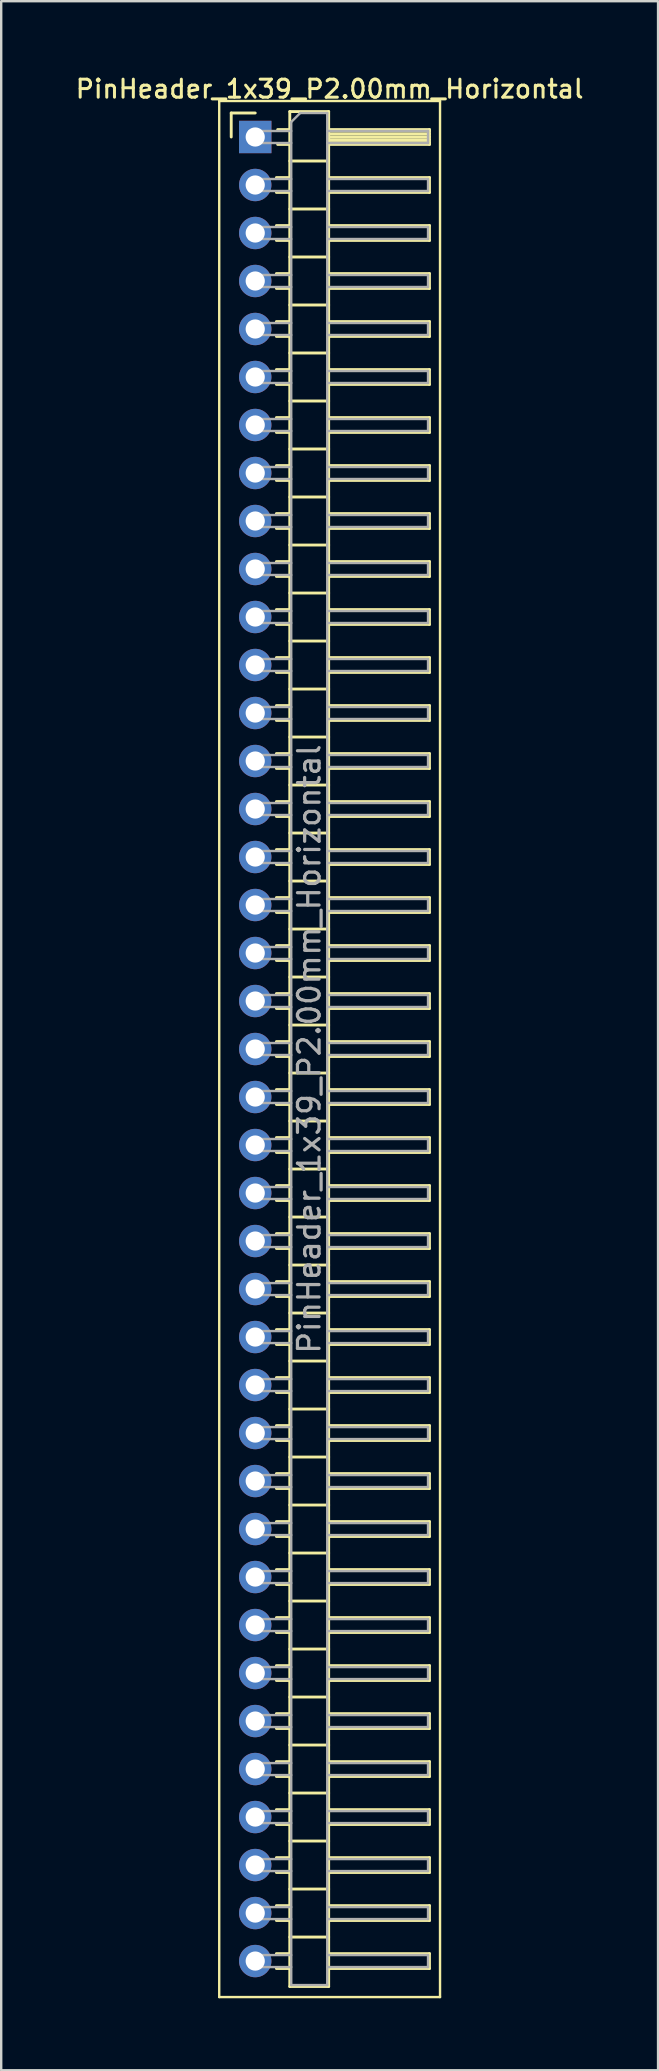
<source format=kicad_pcb>
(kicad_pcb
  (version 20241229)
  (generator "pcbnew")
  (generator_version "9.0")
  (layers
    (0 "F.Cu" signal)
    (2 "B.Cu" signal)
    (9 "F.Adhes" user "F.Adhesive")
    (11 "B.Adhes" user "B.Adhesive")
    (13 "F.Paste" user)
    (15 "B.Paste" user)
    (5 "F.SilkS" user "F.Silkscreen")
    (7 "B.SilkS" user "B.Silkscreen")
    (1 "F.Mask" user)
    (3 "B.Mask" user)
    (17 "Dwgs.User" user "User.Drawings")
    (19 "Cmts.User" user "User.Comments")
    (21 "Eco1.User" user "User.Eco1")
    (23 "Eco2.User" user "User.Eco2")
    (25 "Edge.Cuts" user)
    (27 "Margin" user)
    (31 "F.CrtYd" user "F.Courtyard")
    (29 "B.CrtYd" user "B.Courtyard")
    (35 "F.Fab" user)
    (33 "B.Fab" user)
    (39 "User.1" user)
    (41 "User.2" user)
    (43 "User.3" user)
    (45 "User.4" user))
  (footprint "PinHeader_1x39_P2.00mm_Horizontal"
    (layer "F.Cu")
    (at 7.584 2.658)
    (property "Reference" "PinHeader_1x39_P2.00mm_Horizontal" (at 3.1 -2 0) (layer "F.SilkS") (effects (font (size 0.75 0.75) (thickness 0.125))))
    (attr through_hole)
    (fp_line (start -1.5 -1.5) (end -1.5 77.5) (stroke (width 0.1) (type solid)) (layer "F.SilkS"))
    (fp_line (start -1.5 77.5) (end 7.7 77.5) (stroke (width 0.1) (type solid)) (layer "F.SilkS"))
    (fp_line (start -1 -1) (end 0 -1) (stroke (width 0.12) (type solid)) (layer "F.SilkS"))
    (fp_line (start -1 0) (end -1 -1) (stroke (width 0.12) (type solid)) (layer "F.SilkS"))
    (fp_line (start 0.882 1.69) (end 1.44 1.69) (stroke (width 0.12) (type solid)) (layer "F.SilkS"))
    (fp_line (start 0.882 2.31) (end 1.44 2.31) (stroke (width 0.12) (type solid)) (layer "F.SilkS"))
    (fp_line (start 0.882 3.69) (end 1.44 3.69) (stroke (width 0.12) (type solid)) (layer "F.SilkS"))
    (fp_line (start 0.882 4.31) (end 1.44 4.31) (stroke (width 0.12) (type solid)) (layer "F.SilkS"))
    (fp_line (start 0.882 5.69) (end 1.44 5.69) (stroke (width 0.12) (type solid)) (layer "F.SilkS"))
    (fp_line (start 0.882 6.31) (end 1.44 6.31) (stroke (width 0.12) (type solid)) (layer "F.SilkS"))
    (fp_line (start 0.882 7.69) (end 1.44 7.69) (stroke (width 0.12) (type solid)) (layer "F.SilkS"))
    (fp_line (start 0.882 8.31) (end 1.44 8.31) (stroke (width 0.12) (type solid)) (layer "F.SilkS"))
    (fp_line (start 0.882 9.69) (end 1.44 9.69) (stroke (width 0.12) (type solid)) (layer "F.SilkS"))
    (fp_line (start 0.882 10.31) (end 1.44 10.31) (stroke (width 0.12) (type solid)) (layer "F.SilkS"))
    (fp_line (start 0.882 11.69) (end 1.44 11.69) (stroke (width 0.12) (type solid)) (layer "F.SilkS"))
    (fp_line (start 0.882 12.31) (end 1.44 12.31) (stroke (width 0.12) (type solid)) (layer "F.SilkS"))
    (fp_line (start 0.882 13.69) (end 1.44 13.69) (stroke (width 0.12) (type solid)) (layer "F.SilkS"))
    (fp_line (start 0.882 14.31) (end 1.44 14.31) (stroke (width 0.12) (type solid)) (layer "F.SilkS"))
    (fp_line (start 0.882 15.69) (end 1.44 15.69) (stroke (width 0.12) (type solid)) (layer "F.SilkS"))
    (fp_line (start 0.882 16.31) (end 1.44 16.31) (stroke (width 0.12) (type solid)) (layer "F.SilkS"))
    (fp_line (start 0.882 17.69) (end 1.44 17.69) (stroke (width 0.12) (type solid)) (layer "F.SilkS"))
    (fp_line (start 0.882 18.31) (end 1.44 18.31) (stroke (width 0.12) (type solid)) (layer "F.SilkS"))
    (fp_line (start 0.882 19.69) (end 1.44 19.69) (stroke (width 0.12) (type solid)) (layer "F.SilkS"))
    (fp_line (start 0.882 20.31) (end 1.44 20.31) (stroke (width 0.12) (type solid)) (layer "F.SilkS"))
    (fp_line (start 0.882 21.69) (end 1.44 21.69) (stroke (width 0.12) (type solid)) (layer "F.SilkS"))
    (fp_line (start 0.882 22.31) (end 1.44 22.31) (stroke (width 0.12) (type solid)) (layer "F.SilkS"))
    (fp_line (start 0.882 23.69) (end 1.44 23.69) (stroke (width 0.12) (type solid)) (layer "F.SilkS"))
    (fp_line (start 0.882 24.31) (end 1.44 24.31) (stroke (width 0.12) (type solid)) (layer "F.SilkS"))
    (fp_line (start 0.882 25.69) (end 1.44 25.69) (stroke (width 0.12) (type solid)) (layer "F.SilkS"))
    (fp_line (start 0.882 26.31) (end 1.44 26.31) (stroke (width 0.12) (type solid)) (layer "F.SilkS"))
    (fp_line (start 0.882 27.69) (end 1.44 27.69) (stroke (width 0.12) (type solid)) (layer "F.SilkS"))
    (fp_line (start 0.882 28.31) (end 1.44 28.31) (stroke (width 0.12) (type solid)) (layer "F.SilkS"))
    (fp_line (start 0.882 29.69) (end 1.44 29.69) (stroke (width 0.12) (type solid)) (layer "F.SilkS"))
    (fp_line (start 0.882 30.31) (end 1.44 30.31) (stroke (width 0.12) (type solid)) (layer "F.SilkS"))
    (fp_line (start 0.882 31.69) (end 1.44 31.69) (stroke (width 0.12) (type solid)) (layer "F.SilkS"))
    (fp_line (start 0.882 32.31) (end 1.44 32.31) (stroke (width 0.12) (type solid)) (layer "F.SilkS"))
    (fp_line (start 0.882 33.69) (end 1.44 33.69) (stroke (width 0.12) (type solid)) (layer "F.SilkS"))
    (fp_line (start 0.882 34.31) (end 1.44 34.31) (stroke (width 0.12) (type solid)) (layer "F.SilkS"))
    (fp_line (start 0.882 35.69) (end 1.44 35.69) (stroke (width 0.12) (type solid)) (layer "F.SilkS"))
    (fp_line (start 0.882 36.31) (end 1.44 36.31) (stroke (width 0.12) (type solid)) (layer "F.SilkS"))
    (fp_line (start 0.882 37.69) (end 1.44 37.69) (stroke (width 0.12) (type solid)) (layer "F.SilkS"))
    (fp_line (start 0.882 38.31) (end 1.44 38.31) (stroke (width 0.12) (type solid)) (layer "F.SilkS"))
    (fp_line (start 0.882 39.69) (end 1.44 39.69) (stroke (width 0.12) (type solid)) (layer "F.SilkS"))
    (fp_line (start 0.882 40.31) (end 1.44 40.31) (stroke (width 0.12) (type solid)) (layer "F.SilkS"))
    (fp_line (start 0.882 41.69) (end 1.44 41.69) (stroke (width 0.12) (type solid)) (layer "F.SilkS"))
    (fp_line (start 0.882 42.31) (end 1.44 42.31) (stroke (width 0.12) (type solid)) (layer "F.SilkS"))
    (fp_line (start 0.882 43.69) (end 1.44 43.69) (stroke (width 0.12) (type solid)) (layer "F.SilkS"))
    (fp_line (start 0.882 44.31) (end 1.44 44.31) (stroke (width 0.12) (type solid)) (layer "F.SilkS"))
    (fp_line (start 0.882 45.69) (end 1.44 45.69) (stroke (width 0.12) (type solid)) (layer "F.SilkS"))
    (fp_line (start 0.882 46.31) (end 1.44 46.31) (stroke (width 0.12) (type solid)) (layer "F.SilkS"))
    (fp_line (start 0.882 47.69) (end 1.44 47.69) (stroke (width 0.12) (type solid)) (layer "F.SilkS"))
    (fp_line (start 0.882 48.31) (end 1.44 48.31) (stroke (width 0.12) (type solid)) (layer "F.SilkS"))
    (fp_line (start 0.882 49.69) (end 1.44 49.69) (stroke (width 0.12) (type solid)) (layer "F.SilkS"))
    (fp_line (start 0.882 50.31) (end 1.44 50.31) (stroke (width 0.12) (type solid)) (layer "F.SilkS"))
    (fp_line (start 0.882 51.69) (end 1.44 51.69) (stroke (width 0.12) (type solid)) (layer "F.SilkS"))
    (fp_line (start 0.882 52.31) (end 1.44 52.31) (stroke (width 0.12) (type solid)) (layer "F.SilkS"))
    (fp_line (start 0.882 53.69) (end 1.44 53.69) (stroke (width 0.12) (type solid)) (layer "F.SilkS"))
    (fp_line (start 0.882 54.31) (end 1.44 54.31) (stroke (width 0.12) (type solid)) (layer "F.SilkS"))
    (fp_line (start 0.882 55.69) (end 1.44 55.69) (stroke (width 0.12) (type solid)) (layer "F.SilkS"))
    (fp_line (start 0.882 56.31) (end 1.44 56.31) (stroke (width 0.12) (type solid)) (layer "F.SilkS"))
    (fp_line (start 0.882 57.69) (end 1.44 57.69) (stroke (width 0.12) (type solid)) (layer "F.SilkS"))
    (fp_line (start 0.882 58.31) (end 1.44 58.31) (stroke (width 0.12) (type solid)) (layer "F.SilkS"))
    (fp_line (start 0.882 59.69) (end 1.44 59.69) (stroke (width 0.12) (type solid)) (layer "F.SilkS"))
    (fp_line (start 0.882 60.31) (end 1.44 60.31) (stroke (width 0.12) (type solid)) (layer "F.SilkS"))
    (fp_line (start 0.882 61.69) (end 1.44 61.69) (stroke (width 0.12) (type solid)) (layer "F.SilkS"))
    (fp_line (start 0.882 62.31) (end 1.44 62.31) (stroke (width 0.12) (type solid)) (layer "F.SilkS"))
    (fp_line (start 0.882 63.69) (end 1.44 63.69) (stroke (width 0.12) (type solid)) (layer "F.SilkS"))
    (fp_line (start 0.882 64.31) (end 1.44 64.31) (stroke (width 0.12) (type solid)) (layer "F.SilkS"))
    (fp_line (start 0.882 65.69) (end 1.44 65.69) (stroke (width 0.12) (type solid)) (layer "F.SilkS"))
    (fp_line (start 0.882 66.31) (end 1.44 66.31) (stroke (width 0.12) (type solid)) (layer "F.SilkS"))
    (fp_line (start 0.882 67.69) (end 1.44 67.69) (stroke (width 0.12) (type solid)) (layer "F.SilkS"))
    (fp_line (start 0.882 68.31) (end 1.44 68.31) (stroke (width 0.12) (type solid)) (layer "F.SilkS"))
    (fp_line (start 0.882 69.69) (end 1.44 69.69) (stroke (width 0.12) (type solid)) (layer "F.SilkS"))
    (fp_line (start 0.882 70.31) (end 1.44 70.31) (stroke (width 0.12) (type solid)) (layer "F.SilkS"))
    (fp_line (start 0.882 71.69) (end 1.44 71.69) (stroke (width 0.12) (type solid)) (layer "F.SilkS"))
    (fp_line (start 0.882 72.31) (end 1.44 72.31) (stroke (width 0.12) (type solid)) (layer "F.SilkS"))
    (fp_line (start 0.882 73.69) (end 1.44 73.69) (stroke (width 0.12) (type solid)) (layer "F.SilkS"))
    (fp_line (start 0.882 74.31) (end 1.44 74.31) (stroke (width 0.12) (type solid)) (layer "F.SilkS"))
    (fp_line (start 0.882 75.69) (end 1.44 75.69) (stroke (width 0.12) (type solid)) (layer "F.SilkS"))
    (fp_line (start 0.882 76.31) (end 1.44 76.31) (stroke (width 0.12) (type solid)) (layer "F.SilkS"))
    (fp_line (start 0.935 -0.31) (end 1.44 -0.31) (stroke (width 0.12) (type solid)) (layer "F.SilkS"))
    (fp_line (start 0.935 0.31) (end 1.44 0.31) (stroke (width 0.12) (type solid)) (layer "F.SilkS"))
    (fp_line (start 1.44 -1.06) (end 1.44 77.06) (stroke (width 0.12) (type solid)) (layer "F.SilkS"))
    (fp_line (start 1.44 1) (end 3.06 1) (stroke (width 0.12) (type solid)) (layer "F.SilkS"))
    (fp_line (start 1.44 3) (end 3.06 3) (stroke (width 0.12) (type solid)) (layer "F.SilkS"))
    (fp_line (start 1.44 5) (end 3.06 5) (stroke (width 0.12) (type solid)) (layer "F.SilkS"))
    (fp_line (start 1.44 7) (end 3.06 7) (stroke (width 0.12) (type solid)) (layer "F.SilkS"))
    (fp_line (start 1.44 9) (end 3.06 9) (stroke (width 0.12) (type solid)) (layer "F.SilkS"))
    (fp_line (start 1.44 11) (end 3.06 11) (stroke (width 0.12) (type solid)) (layer "F.SilkS"))
    (fp_line (start 1.44 13) (end 3.06 13) (stroke (width 0.12) (type solid)) (layer "F.SilkS"))
    (fp_line (start 1.44 15) (end 3.06 15) (stroke (width 0.12) (type solid)) (layer "F.SilkS"))
    (fp_line (start 1.44 17) (end 3.06 17) (stroke (width 0.12) (type solid)) (layer "F.SilkS"))
    (fp_line (start 1.44 19) (end 3.06 19) (stroke (width 0.12) (type solid)) (layer "F.SilkS"))
    (fp_line (start 1.44 21) (end 3.06 21) (stroke (width 0.12) (type solid)) (layer "F.SilkS"))
    (fp_line (start 1.44 23) (end 3.06 23) (stroke (width 0.12) (type solid)) (layer "F.SilkS"))
    (fp_line (start 1.44 25) (end 3.06 25) (stroke (width 0.12) (type solid)) (layer "F.SilkS"))
    (fp_line (start 1.44 27) (end 3.06 27) (stroke (width 0.12) (type solid)) (layer "F.SilkS"))
    (fp_line (start 1.44 29) (end 3.06 29) (stroke (width 0.12) (type solid)) (layer "F.SilkS"))
    (fp_line (start 1.44 31) (end 3.06 31) (stroke (width 0.12) (type solid)) (layer "F.SilkS"))
    (fp_line (start 1.44 33) (end 3.06 33) (stroke (width 0.12) (type solid)) (layer "F.SilkS"))
    (fp_line (start 1.44 35) (end 3.06 35) (stroke (width 0.12) (type solid)) (layer "F.SilkS"))
    (fp_line (start 1.44 37) (end 3.06 37) (stroke (width 0.12) (type solid)) (layer "F.SilkS"))
    (fp_line (start 1.44 39) (end 3.06 39) (stroke (width 0.12) (type solid)) (layer "F.SilkS"))
    (fp_line (start 1.44 41) (end 3.06 41) (stroke (width 0.12) (type solid)) (layer "F.SilkS"))
    (fp_line (start 1.44 43) (end 3.06 43) (stroke (width 0.12) (type solid)) (layer "F.SilkS"))
    (fp_line (start 1.44 45) (end 3.06 45) (stroke (width 0.12) (type solid)) (layer "F.SilkS"))
    (fp_line (start 1.44 47) (end 3.06 47) (stroke (width 0.12) (type solid)) (layer "F.SilkS"))
    (fp_line (start 1.44 49) (end 3.06 49) (stroke (width 0.12) (type solid)) (layer "F.SilkS"))
    (fp_line (start 1.44 51) (end 3.06 51) (stroke (width 0.12) (type solid)) (layer "F.SilkS"))
    (fp_line (start 1.44 53) (end 3.06 53) (stroke (width 0.12) (type solid)) (layer "F.SilkS"))
    (fp_line (start 1.44 55) (end 3.06 55) (stroke (width 0.12) (type solid)) (layer "F.SilkS"))
    (fp_line (start 1.44 57) (end 3.06 57) (stroke (width 0.12) (type solid)) (layer "F.SilkS"))
    (fp_line (start 1.44 59) (end 3.06 59) (stroke (width 0.12) (type solid)) (layer "F.SilkS"))
    (fp_line (start 1.44 61) (end 3.06 61) (stroke (width 0.12) (type solid)) (layer "F.SilkS"))
    (fp_line (start 1.44 63) (end 3.06 63) (stroke (width 0.12) (type solid)) (layer "F.SilkS"))
    (fp_line (start 1.44 65) (end 3.06 65) (stroke (width 0.12) (type solid)) (layer "F.SilkS"))
    (fp_line (start 1.44 67) (end 3.06 67) (stroke (width 0.12) (type solid)) (layer "F.SilkS"))
    (fp_line (start 1.44 69) (end 3.06 69) (stroke (width 0.12) (type solid)) (layer "F.SilkS"))
    (fp_line (start 1.44 71) (end 3.06 71) (stroke (width 0.12) (type solid)) (layer "F.SilkS"))
    (fp_line (start 1.44 73) (end 3.06 73) (stroke (width 0.12) (type solid)) (layer "F.SilkS"))
    (fp_line (start 1.44 75) (end 3.06 75) (stroke (width 0.12) (type solid)) (layer "F.SilkS"))
    (fp_line (start 1.44 77.06) (end 3.06 77.06) (stroke (width 0.12) (type solid)) (layer "F.SilkS"))
    (fp_line (start 3.06 -1.06) (end 1.44 -1.06) (stroke (width 0.12) (type solid)) (layer "F.SilkS"))
    (fp_line (start 3.06 -0.31) (end 7.26 -0.31) (stroke (width 0.12) (type solid)) (layer "F.SilkS"))
    (fp_line (start 3.06 -0.25) (end 7.26 -0.25) (stroke (width 0.12) (type solid)) (layer "F.SilkS"))
    (fp_line (start 3.06 -0.13) (end 7.26 -0.13) (stroke (width 0.12) (type solid)) (layer "F.SilkS"))
    (fp_line (start 3.06 -0.01) (end 7.26 -0.01) (stroke (width 0.12) (type solid)) (layer "F.SilkS"))
    (fp_line (start 3.06 0.11) (end 7.26 0.11) (stroke (width 0.12) (type solid)) (layer "F.SilkS"))
    (fp_line (start 3.06 0.23) (end 7.26 0.23) (stroke (width 0.12) (type solid)) (layer "F.SilkS"))
    (fp_line (start 3.06 1.69) (end 7.26 1.69) (stroke (width 0.12) (type solid)) (layer "F.SilkS"))
    (fp_line (start 3.06 3.69) (end 7.26 3.69) (stroke (width 0.12) (type solid)) (layer "F.SilkS"))
    (fp_line (start 3.06 5.69) (end 7.26 5.69) (stroke (width 0.12) (type solid)) (layer "F.SilkS"))
    (fp_line (start 3.06 7.69) (end 7.26 7.69) (stroke (width 0.12) (type solid)) (layer "F.SilkS"))
    (fp_line (start 3.06 9.69) (end 7.26 9.69) (stroke (width 0.12) (type solid)) (layer "F.SilkS"))
    (fp_line (start 3.06 11.69) (end 7.26 11.69) (stroke (width 0.12) (type solid)) (layer "F.SilkS"))
    (fp_line (start 3.06 13.69) (end 7.26 13.69) (stroke (width 0.12) (type solid)) (layer "F.SilkS"))
    (fp_line (start 3.06 15.69) (end 7.26 15.69) (stroke (width 0.12) (type solid)) (layer "F.SilkS"))
    (fp_line (start 3.06 17.69) (end 7.26 17.69) (stroke (width 0.12) (type solid)) (layer "F.SilkS"))
    (fp_line (start 3.06 19.69) (end 7.26 19.69) (stroke (width 0.12) (type solid)) (layer "F.SilkS"))
    (fp_line (start 3.06 21.69) (end 7.26 21.69) (stroke (width 0.12) (type solid)) (layer "F.SilkS"))
    (fp_line (start 3.06 23.69) (end 7.26 23.69) (stroke (width 0.12) (type solid)) (layer "F.SilkS"))
    (fp_line (start 3.06 25.69) (end 7.26 25.69) (stroke (width 0.12) (type solid)) (layer "F.SilkS"))
    (fp_line (start 3.06 27.69) (end 7.26 27.69) (stroke (width 0.12) (type solid)) (layer "F.SilkS"))
    (fp_line (start 3.06 29.69) (end 7.26 29.69) (stroke (width 0.12) (type solid)) (layer "F.SilkS"))
    (fp_line (start 3.06 31.69) (end 7.26 31.69) (stroke (width 0.12) (type solid)) (layer "F.SilkS"))
    (fp_line (start 3.06 33.69) (end 7.26 33.69) (stroke (width 0.12) (type solid)) (layer "F.SilkS"))
    (fp_line (start 3.06 35.69) (end 7.26 35.69) (stroke (width 0.12) (type solid)) (layer "F.SilkS"))
    (fp_line (start 3.06 37.69) (end 7.26 37.69) (stroke (width 0.12) (type solid)) (layer "F.SilkS"))
    (fp_line (start 3.06 39.69) (end 7.26 39.69) (stroke (width 0.12) (type solid)) (layer "F.SilkS"))
    (fp_line (start 3.06 41.69) (end 7.26 41.69) (stroke (width 0.12) (type solid)) (layer "F.SilkS"))
    (fp_line (start 3.06 43.69) (end 7.26 43.69) (stroke (width 0.12) (type solid)) (layer "F.SilkS"))
    (fp_line (start 3.06 45.69) (end 7.26 45.69) (stroke (width 0.12) (type solid)) (layer "F.SilkS"))
    (fp_line (start 3.06 47.69) (end 7.26 47.69) (stroke (width 0.12) (type solid)) (layer "F.SilkS"))
    (fp_line (start 3.06 49.69) (end 7.26 49.69) (stroke (width 0.12) (type solid)) (layer "F.SilkS"))
    (fp_line (start 3.06 51.69) (end 7.26 51.69) (stroke (width 0.12) (type solid)) (layer "F.SilkS"))
    (fp_line (start 3.06 53.69) (end 7.26 53.69) (stroke (width 0.12) (type solid)) (layer "F.SilkS"))
    (fp_line (start 3.06 55.69) (end 7.26 55.69) (stroke (width 0.12) (type solid)) (layer "F.SilkS"))
    (fp_line (start 3.06 57.69) (end 7.26 57.69) (stroke (width 0.12) (type solid)) (layer "F.SilkS"))
    (fp_line (start 3.06 59.69) (end 7.26 59.69) (stroke (width 0.12) (type solid)) (layer "F.SilkS"))
    (fp_line (start 3.06 61.69) (end 7.26 61.69) (stroke (width 0.12) (type solid)) (layer "F.SilkS"))
    (fp_line (start 3.06 63.69) (end 7.26 63.69) (stroke (width 0.12) (type solid)) (layer "F.SilkS"))
    (fp_line (start 3.06 65.69) (end 7.26 65.69) (stroke (width 0.12) (type solid)) (layer "F.SilkS"))
    (fp_line (start 3.06 67.69) (end 7.26 67.69) (stroke (width 0.12) (type solid)) (layer "F.SilkS"))
    (fp_line (start 3.06 69.69) (end 7.26 69.69) (stroke (width 0.12) (type solid)) (layer "F.SilkS"))
    (fp_line (start 3.06 71.69) (end 7.26 71.69) (stroke (width 0.12) (type solid)) (layer "F.SilkS"))
    (fp_line (start 3.06 73.69) (end 7.26 73.69) (stroke (width 0.12) (type solid)) (layer "F.SilkS"))
    (fp_line (start 3.06 75.69) (end 7.26 75.69) (stroke (width 0.12) (type solid)) (layer "F.SilkS"))
    (fp_line (start 3.06 77.06) (end 3.06 -1.06) (stroke (width 0.12) (type solid)) (layer "F.SilkS"))
    (fp_line (start 7.26 -0.31) (end 7.26 0.31) (stroke (width 0.12) (type solid)) (layer "F.SilkS"))
    (fp_line (start 7.26 0.31) (end 3.06 0.31) (stroke (width 0.12) (type solid)) (layer "F.SilkS"))
    (fp_line (start 7.26 1.69) (end 7.26 2.31) (stroke (width 0.12) (type solid)) (layer "F.SilkS"))
    (fp_line (start 7.26 2.31) (end 3.06 2.31) (stroke (width 0.12) (type solid)) (layer "F.SilkS"))
    (fp_line (start 7.26 3.69) (end 7.26 4.31) (stroke (width 0.12) (type solid)) (layer "F.SilkS"))
    (fp_line (start 7.26 4.31) (end 3.06 4.31) (stroke (width 0.12) (type solid)) (layer "F.SilkS"))
    (fp_line (start 7.26 5.69) (end 7.26 6.31) (stroke (width 0.12) (type solid)) (layer "F.SilkS"))
    (fp_line (start 7.26 6.31) (end 3.06 6.31) (stroke (width 0.12) (type solid)) (layer "F.SilkS"))
    (fp_line (start 7.26 7.69) (end 7.26 8.31) (stroke (width 0.12) (type solid)) (layer "F.SilkS"))
    (fp_line (start 7.26 8.31) (end 3.06 8.31) (stroke (width 0.12) (type solid)) (layer "F.SilkS"))
    (fp_line (start 7.26 9.69) (end 7.26 10.31) (stroke (width 0.12) (type solid)) (layer "F.SilkS"))
    (fp_line (start 7.26 10.31) (end 3.06 10.31) (stroke (width 0.12) (type solid)) (layer "F.SilkS"))
    (fp_line (start 7.26 11.69) (end 7.26 12.31) (stroke (width 0.12) (type solid)) (layer "F.SilkS"))
    (fp_line (start 7.26 12.31) (end 3.06 12.31) (stroke (width 0.12) (type solid)) (layer "F.SilkS"))
    (fp_line (start 7.26 13.69) (end 7.26 14.31) (stroke (width 0.12) (type solid)) (layer "F.SilkS"))
    (fp_line (start 7.26 14.31) (end 3.06 14.31) (stroke (width 0.12) (type solid)) (layer "F.SilkS"))
    (fp_line (start 7.26 15.69) (end 7.26 16.31) (stroke (width 0.12) (type solid)) (layer "F.SilkS"))
    (fp_line (start 7.26 16.31) (end 3.06 16.31) (stroke (width 0.12) (type solid)) (layer "F.SilkS"))
    (fp_line (start 7.26 17.69) (end 7.26 18.31) (stroke (width 0.12) (type solid)) (layer "F.SilkS"))
    (fp_line (start 7.26 18.31) (end 3.06 18.31) (stroke (width 0.12) (type solid)) (layer "F.SilkS"))
    (fp_line (start 7.26 19.69) (end 7.26 20.31) (stroke (width 0.12) (type solid)) (layer "F.SilkS"))
    (fp_line (start 7.26 20.31) (end 3.06 20.31) (stroke (width 0.12) (type solid)) (layer "F.SilkS"))
    (fp_line (start 7.26 21.69) (end 7.26 22.31) (stroke (width 0.12) (type solid)) (layer "F.SilkS"))
    (fp_line (start 7.26 22.31) (end 3.06 22.31) (stroke (width 0.12) (type solid)) (layer "F.SilkS"))
    (fp_line (start 7.26 23.69) (end 7.26 24.31) (stroke (width 0.12) (type solid)) (layer "F.SilkS"))
    (fp_line (start 7.26 24.31) (end 3.06 24.31) (stroke (width 0.12) (type solid)) (layer "F.SilkS"))
    (fp_line (start 7.26 25.69) (end 7.26 26.31) (stroke (width 0.12) (type solid)) (layer "F.SilkS"))
    (fp_line (start 7.26 26.31) (end 3.06 26.31) (stroke (width 0.12) (type solid)) (layer "F.SilkS"))
    (fp_line (start 7.26 27.69) (end 7.26 28.31) (stroke (width 0.12) (type solid)) (layer "F.SilkS"))
    (fp_line (start 7.26 28.31) (end 3.06 28.31) (stroke (width 0.12) (type solid)) (layer "F.SilkS"))
    (fp_line (start 7.26 29.69) (end 7.26 30.31) (stroke (width 0.12) (type solid)) (layer "F.SilkS"))
    (fp_line (start 7.26 30.31) (end 3.06 30.31) (stroke (width 0.12) (type solid)) (layer "F.SilkS"))
    (fp_line (start 7.26 31.69) (end 7.26 32.31) (stroke (width 0.12) (type solid)) (layer "F.SilkS"))
    (fp_line (start 7.26 32.31) (end 3.06 32.31) (stroke (width 0.12) (type solid)) (layer "F.SilkS"))
    (fp_line (start 7.26 33.69) (end 7.26 34.31) (stroke (width 0.12) (type solid)) (layer "F.SilkS"))
    (fp_line (start 7.26 34.31) (end 3.06 34.31) (stroke (width 0.12) (type solid)) (layer "F.SilkS"))
    (fp_line (start 7.26 35.69) (end 7.26 36.31) (stroke (width 0.12) (type solid)) (layer "F.SilkS"))
    (fp_line (start 7.26 36.31) (end 3.06 36.31) (stroke (width 0.12) (type solid)) (layer "F.SilkS"))
    (fp_line (start 7.26 37.69) (end 7.26 38.31) (stroke (width 0.12) (type solid)) (layer "F.SilkS"))
    (fp_line (start 7.26 38.31) (end 3.06 38.31) (stroke (width 0.12) (type solid)) (layer "F.SilkS"))
    (fp_line (start 7.26 39.69) (end 7.26 40.31) (stroke (width 0.12) (type solid)) (layer "F.SilkS"))
    (fp_line (start 7.26 40.31) (end 3.06 40.31) (stroke (width 0.12) (type solid)) (layer "F.SilkS"))
    (fp_line (start 7.26 41.69) (end 7.26 42.31) (stroke (width 0.12) (type solid)) (layer "F.SilkS"))
    (fp_line (start 7.26 42.31) (end 3.06 42.31) (stroke (width 0.12) (type solid)) (layer "F.SilkS"))
    (fp_line (start 7.26 43.69) (end 7.26 44.31) (stroke (width 0.12) (type solid)) (layer "F.SilkS"))
    (fp_line (start 7.26 44.31) (end 3.06 44.31) (stroke (width 0.12) (type solid)) (layer "F.SilkS"))
    (fp_line (start 7.26 45.69) (end 7.26 46.31) (stroke (width 0.12) (type solid)) (layer "F.SilkS"))
    (fp_line (start 7.26 46.31) (end 3.06 46.31) (stroke (width 0.12) (type solid)) (layer "F.SilkS"))
    (fp_line (start 7.26 47.69) (end 7.26 48.31) (stroke (width 0.12) (type solid)) (layer "F.SilkS"))
    (fp_line (start 7.26 48.31) (end 3.06 48.31) (stroke (width 0.12) (type solid)) (layer "F.SilkS"))
    (fp_line (start 7.26 49.69) (end 7.26 50.31) (stroke (width 0.12) (type solid)) (layer "F.SilkS"))
    (fp_line (start 7.26 50.31) (end 3.06 50.31) (stroke (width 0.12) (type solid)) (layer "F.SilkS"))
    (fp_line (start 7.26 51.69) (end 7.26 52.31) (stroke (width 0.12) (type solid)) (layer "F.SilkS"))
    (fp_line (start 7.26 52.31) (end 3.06 52.31) (stroke (width 0.12) (type solid)) (layer "F.SilkS"))
    (fp_line (start 7.26 53.69) (end 7.26 54.31) (stroke (width 0.12) (type solid)) (layer "F.SilkS"))
    (fp_line (start 7.26 54.31) (end 3.06 54.31) (stroke (width 0.12) (type solid)) (layer "F.SilkS"))
    (fp_line (start 7.26 55.69) (end 7.26 56.31) (stroke (width 0.12) (type solid)) (layer "F.SilkS"))
    (fp_line (start 7.26 56.31) (end 3.06 56.31) (stroke (width 0.12) (type solid)) (layer "F.SilkS"))
    (fp_line (start 7.26 57.69) (end 7.26 58.31) (stroke (width 0.12) (type solid)) (layer "F.SilkS"))
    (fp_line (start 7.26 58.31) (end 3.06 58.31) (stroke (width 0.12) (type solid)) (layer "F.SilkS"))
    (fp_line (start 7.26 59.69) (end 7.26 60.31) (stroke (width 0.12) (type solid)) (layer "F.SilkS"))
    (fp_line (start 7.26 60.31) (end 3.06 60.31) (stroke (width 0.12) (type solid)) (layer "F.SilkS"))
    (fp_line (start 7.26 61.69) (end 7.26 62.31) (stroke (width 0.12) (type solid)) (layer "F.SilkS"))
    (fp_line (start 7.26 62.31) (end 3.06 62.31) (stroke (width 0.12) (type solid)) (layer "F.SilkS"))
    (fp_line (start 7.26 63.69) (end 7.26 64.31) (stroke (width 0.12) (type solid)) (layer "F.SilkS"))
    (fp_line (start 7.26 64.31) (end 3.06 64.31) (stroke (width 0.12) (type solid)) (layer "F.SilkS"))
    (fp_line (start 7.26 65.69) (end 7.26 66.31) (stroke (width 0.12) (type solid)) (layer "F.SilkS"))
    (fp_line (start 7.26 66.31) (end 3.06 66.31) (stroke (width 0.12) (type solid)) (layer "F.SilkS"))
    (fp_line (start 7.26 67.69) (end 7.26 68.31) (stroke (width 0.12) (type solid)) (layer "F.SilkS"))
    (fp_line (start 7.26 68.31) (end 3.06 68.31) (stroke (width 0.12) (type solid)) (layer "F.SilkS"))
    (fp_line (start 7.26 69.69) (end 7.26 70.31) (stroke (width 0.12) (type solid)) (layer "F.SilkS"))
    (fp_line (start 7.26 70.31) (end 3.06 70.31) (stroke (width 0.12) (type solid)) (layer "F.SilkS"))
    (fp_line (start 7.26 71.69) (end 7.26 72.31) (stroke (width 0.12) (type solid)) (layer "F.SilkS"))
    (fp_line (start 7.26 72.31) (end 3.06 72.31) (stroke (width 0.12) (type solid)) (layer "F.SilkS"))
    (fp_line (start 7.26 73.69) (end 7.26 74.31) (stroke (width 0.12) (type solid)) (layer "F.SilkS"))
    (fp_line (start 7.26 74.31) (end 3.06 74.31) (stroke (width 0.12) (type solid)) (layer "F.SilkS"))
    (fp_line (start 7.26 75.69) (end 7.26 76.31) (stroke (width 0.12) (type solid)) (layer "F.SilkS"))
    (fp_line (start 7.26 76.31) (end 3.06 76.31) (stroke (width 0.12) (type solid)) (layer "F.SilkS"))
    (fp_line (start 7.7 -1.5) (end -1.5 -1.5) (stroke (width 0.1) (type solid)) (layer "F.SilkS"))
    (fp_line (start 7.7 77.5) (end 7.7 -1.5) (stroke (width 0.1) (type solid)) (layer "F.SilkS"))
    (fp_line (start -0.25 -0.25) (end -0.25 0.25) (stroke (width 0.1) (type solid)) (layer "F.Fab"))
    (fp_line (start -0.25 -0.25) (end 1.5 -0.25) (stroke (width 0.1) (type solid)) (layer "F.Fab"))
    (fp_line (start -0.25 0.25) (end 1.5 0.25) (stroke (width 0.1) (type solid)) (layer "F.Fab"))
    (fp_line (start -0.25 1.75) (end -0.25 2.25) (stroke (width 0.1) (type solid)) (layer "F.Fab"))
    (fp_line (start -0.25 1.75) (end 1.5 1.75) (stroke (width 0.1) (type solid)) (layer "F.Fab"))
    (fp_line (start -0.25 2.25) (end 1.5 2.25) (stroke (width 0.1) (type solid)) (layer "F.Fab"))
    (fp_line (start -0.25 3.75) (end -0.25 4.25) (stroke (width 0.1) (type solid)) (layer "F.Fab"))
    (fp_line (start -0.25 3.75) (end 1.5 3.75) (stroke (width 0.1) (type solid)) (layer "F.Fab"))
    (fp_line (start -0.25 4.25) (end 1.5 4.25) (stroke (width 0.1) (type solid)) (layer "F.Fab"))
    (fp_line (start -0.25 5.75) (end -0.25 6.25) (stroke (width 0.1) (type solid)) (layer "F.Fab"))
    (fp_line (start -0.25 5.75) (end 1.5 5.75) (stroke (width 0.1) (type solid)) (layer "F.Fab"))
    (fp_line (start -0.25 6.25) (end 1.5 6.25) (stroke (width 0.1) (type solid)) (layer "F.Fab"))
    (fp_line (start -0.25 7.75) (end -0.25 8.25) (stroke (width 0.1) (type solid)) (layer "F.Fab"))
    (fp_line (start -0.25 7.75) (end 1.5 7.75) (stroke (width 0.1) (type solid)) (layer "F.Fab"))
    (fp_line (start -0.25 8.25) (end 1.5 8.25) (stroke (width 0.1) (type solid)) (layer "F.Fab"))
    (fp_line (start -0.25 9.75) (end -0.25 10.25) (stroke (width 0.1) (type solid)) (layer "F.Fab"))
    (fp_line (start -0.25 9.75) (end 1.5 9.75) (stroke (width 0.1) (type solid)) (layer "F.Fab"))
    (fp_line (start -0.25 10.25) (end 1.5 10.25) (stroke (width 0.1) (type solid)) (layer "F.Fab"))
    (fp_line (start -0.25 11.75) (end -0.25 12.25) (stroke (width 0.1) (type solid)) (layer "F.Fab"))
    (fp_line (start -0.25 11.75) (end 1.5 11.75) (stroke (width 0.1) (type solid)) (layer "F.Fab"))
    (fp_line (start -0.25 12.25) (end 1.5 12.25) (stroke (width 0.1) (type solid)) (layer "F.Fab"))
    (fp_line (start -0.25 13.75) (end -0.25 14.25) (stroke (width 0.1) (type solid)) (layer "F.Fab"))
    (fp_line (start -0.25 13.75) (end 1.5 13.75) (stroke (width 0.1) (type solid)) (layer "F.Fab"))
    (fp_line (start -0.25 14.25) (end 1.5 14.25) (stroke (width 0.1) (type solid)) (layer "F.Fab"))
    (fp_line (start -0.25 15.75) (end -0.25 16.25) (stroke (width 0.1) (type solid)) (layer "F.Fab"))
    (fp_line (start -0.25 15.75) (end 1.5 15.75) (stroke (width 0.1) (type solid)) (layer "F.Fab"))
    (fp_line (start -0.25 16.25) (end 1.5 16.25) (stroke (width 0.1) (type solid)) (layer "F.Fab"))
    (fp_line (start -0.25 17.75) (end -0.25 18.25) (stroke (width 0.1) (type solid)) (layer "F.Fab"))
    (fp_line (start -0.25 17.75) (end 1.5 17.75) (stroke (width 0.1) (type solid)) (layer "F.Fab"))
    (fp_line (start -0.25 18.25) (end 1.5 18.25) (stroke (width 0.1) (type solid)) (layer "F.Fab"))
    (fp_line (start -0.25 19.75) (end -0.25 20.25) (stroke (width 0.1) (type solid)) (layer "F.Fab"))
    (fp_line (start -0.25 19.75) (end 1.5 19.75) (stroke (width 0.1) (type solid)) (layer "F.Fab"))
    (fp_line (start -0.25 20.25) (end 1.5 20.25) (stroke (width 0.1) (type solid)) (layer "F.Fab"))
    (fp_line (start -0.25 21.75) (end -0.25 22.25) (stroke (width 0.1) (type solid)) (layer "F.Fab"))
    (fp_line (start -0.25 21.75) (end 1.5 21.75) (stroke (width 0.1) (type solid)) (layer "F.Fab"))
    (fp_line (start -0.25 22.25) (end 1.5 22.25) (stroke (width 0.1) (type solid)) (layer "F.Fab"))
    (fp_line (start -0.25 23.75) (end -0.25 24.25) (stroke (width 0.1) (type solid)) (layer "F.Fab"))
    (fp_line (start -0.25 23.75) (end 1.5 23.75) (stroke (width 0.1) (type solid)) (layer "F.Fab"))
    (fp_line (start -0.25 24.25) (end 1.5 24.25) (stroke (width 0.1) (type solid)) (layer "F.Fab"))
    (fp_line (start -0.25 25.75) (end -0.25 26.25) (stroke (width 0.1) (type solid)) (layer "F.Fab"))
    (fp_line (start -0.25 25.75) (end 1.5 25.75) (stroke (width 0.1) (type solid)) (layer "F.Fab"))
    (fp_line (start -0.25 26.25) (end 1.5 26.25) (stroke (width 0.1) (type solid)) (layer "F.Fab"))
    (fp_line (start -0.25 27.75) (end -0.25 28.25) (stroke (width 0.1) (type solid)) (layer "F.Fab"))
    (fp_line (start -0.25 27.75) (end 1.5 27.75) (stroke (width 0.1) (type solid)) (layer "F.Fab"))
    (fp_line (start -0.25 28.25) (end 1.5 28.25) (stroke (width 0.1) (type solid)) (layer "F.Fab"))
    (fp_line (start -0.25 29.75) (end -0.25 30.25) (stroke (width 0.1) (type solid)) (layer "F.Fab"))
    (fp_line (start -0.25 29.75) (end 1.5 29.75) (stroke (width 0.1) (type solid)) (layer "F.Fab"))
    (fp_line (start -0.25 30.25) (end 1.5 30.25) (stroke (width 0.1) (type solid)) (layer "F.Fab"))
    (fp_line (start -0.25 31.75) (end -0.25 32.25) (stroke (width 0.1) (type solid)) (layer "F.Fab"))
    (fp_line (start -0.25 31.75) (end 1.5 31.75) (stroke (width 0.1) (type solid)) (layer "F.Fab"))
    (fp_line (start -0.25 32.25) (end 1.5 32.25) (stroke (width 0.1) (type solid)) (layer "F.Fab"))
    (fp_line (start -0.25 33.75) (end -0.25 34.25) (stroke (width 0.1) (type solid)) (layer "F.Fab"))
    (fp_line (start -0.25 33.75) (end 1.5 33.75) (stroke (width 0.1) (type solid)) (layer "F.Fab"))
    (fp_line (start -0.25 34.25) (end 1.5 34.25) (stroke (width 0.1) (type solid)) (layer "F.Fab"))
    (fp_line (start -0.25 35.75) (end -0.25 36.25) (stroke (width 0.1) (type solid)) (layer "F.Fab"))
    (fp_line (start -0.25 35.75) (end 1.5 35.75) (stroke (width 0.1) (type solid)) (layer "F.Fab"))
    (fp_line (start -0.25 36.25) (end 1.5 36.25) (stroke (width 0.1) (type solid)) (layer "F.Fab"))
    (fp_line (start -0.25 37.75) (end -0.25 38.25) (stroke (width 0.1) (type solid)) (layer "F.Fab"))
    (fp_line (start -0.25 37.75) (end 1.5 37.75) (stroke (width 0.1) (type solid)) (layer "F.Fab"))
    (fp_line (start -0.25 38.25) (end 1.5 38.25) (stroke (width 0.1) (type solid)) (layer "F.Fab"))
    (fp_line (start -0.25 39.75) (end -0.25 40.25) (stroke (width 0.1) (type solid)) (layer "F.Fab"))
    (fp_line (start -0.25 39.75) (end 1.5 39.75) (stroke (width 0.1) (type solid)) (layer "F.Fab"))
    (fp_line (start -0.25 40.25) (end 1.5 40.25) (stroke (width 0.1) (type solid)) (layer "F.Fab"))
    (fp_line (start -0.25 41.75) (end -0.25 42.25) (stroke (width 0.1) (type solid)) (layer "F.Fab"))
    (fp_line (start -0.25 41.75) (end 1.5 41.75) (stroke (width 0.1) (type solid)) (layer "F.Fab"))
    (fp_line (start -0.25 42.25) (end 1.5 42.25) (stroke (width 0.1) (type solid)) (layer "F.Fab"))
    (fp_line (start -0.25 43.75) (end -0.25 44.25) (stroke (width 0.1) (type solid)) (layer "F.Fab"))
    (fp_line (start -0.25 43.75) (end 1.5 43.75) (stroke (width 0.1) (type solid)) (layer "F.Fab"))
    (fp_line (start -0.25 44.25) (end 1.5 44.25) (stroke (width 0.1) (type solid)) (layer "F.Fab"))
    (fp_line (start -0.25 45.75) (end -0.25 46.25) (stroke (width 0.1) (type solid)) (layer "F.Fab"))
    (fp_line (start -0.25 45.75) (end 1.5 45.75) (stroke (width 0.1) (type solid)) (layer "F.Fab"))
    (fp_line (start -0.25 46.25) (end 1.5 46.25) (stroke (width 0.1) (type solid)) (layer "F.Fab"))
    (fp_line (start -0.25 47.75) (end -0.25 48.25) (stroke (width 0.1) (type solid)) (layer "F.Fab"))
    (fp_line (start -0.25 47.75) (end 1.5 47.75) (stroke (width 0.1) (type solid)) (layer "F.Fab"))
    (fp_line (start -0.25 48.25) (end 1.5 48.25) (stroke (width 0.1) (type solid)) (layer "F.Fab"))
    (fp_line (start -0.25 49.75) (end -0.25 50.25) (stroke (width 0.1) (type solid)) (layer "F.Fab"))
    (fp_line (start -0.25 49.75) (end 1.5 49.75) (stroke (width 0.1) (type solid)) (layer "F.Fab"))
    (fp_line (start -0.25 50.25) (end 1.5 50.25) (stroke (width 0.1) (type solid)) (layer "F.Fab"))
    (fp_line (start -0.25 51.75) (end -0.25 52.25) (stroke (width 0.1) (type solid)) (layer "F.Fab"))
    (fp_line (start -0.25 51.75) (end 1.5 51.75) (stroke (width 0.1) (type solid)) (layer "F.Fab"))
    (fp_line (start -0.25 52.25) (end 1.5 52.25) (stroke (width 0.1) (type solid)) (layer "F.Fab"))
    (fp_line (start -0.25 53.75) (end -0.25 54.25) (stroke (width 0.1) (type solid)) (layer "F.Fab"))
    (fp_line (start -0.25 53.75) (end 1.5 53.75) (stroke (width 0.1) (type solid)) (layer "F.Fab"))
    (fp_line (start -0.25 54.25) (end 1.5 54.25) (stroke (width 0.1) (type solid)) (layer "F.Fab"))
    (fp_line (start -0.25 55.75) (end -0.25 56.25) (stroke (width 0.1) (type solid)) (layer "F.Fab"))
    (fp_line (start -0.25 55.75) (end 1.5 55.75) (stroke (width 0.1) (type solid)) (layer "F.Fab"))
    (fp_line (start -0.25 56.25) (end 1.5 56.25) (stroke (width 0.1) (type solid)) (layer "F.Fab"))
    (fp_line (start -0.25 57.75) (end -0.25 58.25) (stroke (width 0.1) (type solid)) (layer "F.Fab"))
    (fp_line (start -0.25 57.75) (end 1.5 57.75) (stroke (width 0.1) (type solid)) (layer "F.Fab"))
    (fp_line (start -0.25 58.25) (end 1.5 58.25) (stroke (width 0.1) (type solid)) (layer "F.Fab"))
    (fp_line (start -0.25 59.75) (end -0.25 60.25) (stroke (width 0.1) (type solid)) (layer "F.Fab"))
    (fp_line (start -0.25 59.75) (end 1.5 59.75) (stroke (width 0.1) (type solid)) (layer "F.Fab"))
    (fp_line (start -0.25 60.25) (end 1.5 60.25) (stroke (width 0.1) (type solid)) (layer "F.Fab"))
    (fp_line (start -0.25 61.75) (end -0.25 62.25) (stroke (width 0.1) (type solid)) (layer "F.Fab"))
    (fp_line (start -0.25 61.75) (end 1.5 61.75) (stroke (width 0.1) (type solid)) (layer "F.Fab"))
    (fp_line (start -0.25 62.25) (end 1.5 62.25) (stroke (width 0.1) (type solid)) (layer "F.Fab"))
    (fp_line (start -0.25 63.75) (end -0.25 64.25) (stroke (width 0.1) (type solid)) (layer "F.Fab"))
    (fp_line (start -0.25 63.75) (end 1.5 63.75) (stroke (width 0.1) (type solid)) (layer "F.Fab"))
    (fp_line (start -0.25 64.25) (end 1.5 64.25) (stroke (width 0.1) (type solid)) (layer "F.Fab"))
    (fp_line (start -0.25 65.75) (end -0.25 66.25) (stroke (width 0.1) (type solid)) (layer "F.Fab"))
    (fp_line (start -0.25 65.75) (end 1.5 65.75) (stroke (width 0.1) (type solid)) (layer "F.Fab"))
    (fp_line (start -0.25 66.25) (end 1.5 66.25) (stroke (width 0.1) (type solid)) (layer "F.Fab"))
    (fp_line (start -0.25 67.75) (end -0.25 68.25) (stroke (width 0.1) (type solid)) (layer "F.Fab"))
    (fp_line (start -0.25 67.75) (end 1.5 67.75) (stroke (width 0.1) (type solid)) (layer "F.Fab"))
    (fp_line (start -0.25 68.25) (end 1.5 68.25) (stroke (width 0.1) (type solid)) (layer "F.Fab"))
    (fp_line (start -0.25 69.75) (end -0.25 70.25) (stroke (width 0.1) (type solid)) (layer "F.Fab"))
    (fp_line (start -0.25 69.75) (end 1.5 69.75) (stroke (width 0.1) (type solid)) (layer "F.Fab"))
    (fp_line (start -0.25 70.25) (end 1.5 70.25) (stroke (width 0.1) (type solid)) (layer "F.Fab"))
    (fp_line (start -0.25 71.75) (end -0.25 72.25) (stroke (width 0.1) (type solid)) (layer "F.Fab"))
    (fp_line (start -0.25 71.75) (end 1.5 71.75) (stroke (width 0.1) (type solid)) (layer "F.Fab"))
    (fp_line (start -0.25 72.25) (end 1.5 72.25) (stroke (width 0.1) (type solid)) (layer "F.Fab"))
    (fp_line (start -0.25 73.75) (end -0.25 74.25) (stroke (width 0.1) (type solid)) (layer "F.Fab"))
    (fp_line (start -0.25 73.75) (end 1.5 73.75) (stroke (width 0.1) (type solid)) (layer "F.Fab"))
    (fp_line (start -0.25 74.25) (end 1.5 74.25) (stroke (width 0.1) (type solid)) (layer "F.Fab"))
    (fp_line (start -0.25 75.75) (end -0.25 76.25) (stroke (width 0.1) (type solid)) (layer "F.Fab"))
    (fp_line (start -0.25 75.75) (end 1.5 75.75) (stroke (width 0.1) (type solid)) (layer "F.Fab"))
    (fp_line (start -0.25 76.25) (end 1.5 76.25) (stroke (width 0.1) (type solid)) (layer "F.Fab"))
    (fp_line (start 1.5 -0.625) (end 1.875 -1) (stroke (width 0.1) (type solid)) (layer "F.Fab"))
    (fp_line (start 1.5 77) (end 1.5 -0.625) (stroke (width 0.1) (type solid)) (layer "F.Fab"))
    (fp_line (start 1.875 -1) (end 3 -1) (stroke (width 0.1) (type solid)) (layer "F.Fab"))
    (fp_line (start 3 -1) (end 3 77) (stroke (width 0.1) (type solid)) (layer "F.Fab"))
    (fp_line (start 3 -0.25) (end 7.2 -0.25) (stroke (width 0.1) (type solid)) (layer "F.Fab"))
    (fp_line (start 3 0.25) (end 7.2 0.25) (stroke (width 0.1) (type solid)) (layer "F.Fab"))
    (fp_line (start 3 1.75) (end 7.2 1.75) (stroke (width 0.1) (type solid)) (layer "F.Fab"))
    (fp_line (start 3 2.25) (end 7.2 2.25) (stroke (width 0.1) (type solid)) (layer "F.Fab"))
    (fp_line (start 3 3.75) (end 7.2 3.75) (stroke (width 0.1) (type solid)) (layer "F.Fab"))
    (fp_line (start 3 4.25) (end 7.2 4.25) (stroke (width 0.1) (type solid)) (layer "F.Fab"))
    (fp_line (start 3 5.75) (end 7.2 5.75) (stroke (width 0.1) (type solid)) (layer "F.Fab"))
    (fp_line (start 3 6.25) (end 7.2 6.25) (stroke (width 0.1) (type solid)) (layer "F.Fab"))
    (fp_line (start 3 7.75) (end 7.2 7.75) (stroke (width 0.1) (type solid)) (layer "F.Fab"))
    (fp_line (start 3 8.25) (end 7.2 8.25) (stroke (width 0.1) (type solid)) (layer "F.Fab"))
    (fp_line (start 3 9.75) (end 7.2 9.75) (stroke (width 0.1) (type solid)) (layer "F.Fab"))
    (fp_line (start 3 10.25) (end 7.2 10.25) (stroke (width 0.1) (type solid)) (layer "F.Fab"))
    (fp_line (start 3 11.75) (end 7.2 11.75) (stroke (width 0.1) (type solid)) (layer "F.Fab"))
    (fp_line (start 3 12.25) (end 7.2 12.25) (stroke (width 0.1) (type solid)) (layer "F.Fab"))
    (fp_line (start 3 13.75) (end 7.2 13.75) (stroke (width 0.1) (type solid)) (layer "F.Fab"))
    (fp_line (start 3 14.25) (end 7.2 14.25) (stroke (width 0.1) (type solid)) (layer "F.Fab"))
    (fp_line (start 3 15.75) (end 7.2 15.75) (stroke (width 0.1) (type solid)) (layer "F.Fab"))
    (fp_line (start 3 16.25) (end 7.2 16.25) (stroke (width 0.1) (type solid)) (layer "F.Fab"))
    (fp_line (start 3 17.75) (end 7.2 17.75) (stroke (width 0.1) (type solid)) (layer "F.Fab"))
    (fp_line (start 3 18.25) (end 7.2 18.25) (stroke (width 0.1) (type solid)) (layer "F.Fab"))
    (fp_line (start 3 19.75) (end 7.2 19.75) (stroke (width 0.1) (type solid)) (layer "F.Fab"))
    (fp_line (start 3 20.25) (end 7.2 20.25) (stroke (width 0.1) (type solid)) (layer "F.Fab"))
    (fp_line (start 3 21.75) (end 7.2 21.75) (stroke (width 0.1) (type solid)) (layer "F.Fab"))
    (fp_line (start 3 22.25) (end 7.2 22.25) (stroke (width 0.1) (type solid)) (layer "F.Fab"))
    (fp_line (start 3 23.75) (end 7.2 23.75) (stroke (width 0.1) (type solid)) (layer "F.Fab"))
    (fp_line (start 3 24.25) (end 7.2 24.25) (stroke (width 0.1) (type solid)) (layer "F.Fab"))
    (fp_line (start 3 25.75) (end 7.2 25.75) (stroke (width 0.1) (type solid)) (layer "F.Fab"))
    (fp_line (start 3 26.25) (end 7.2 26.25) (stroke (width 0.1) (type solid)) (layer "F.Fab"))
    (fp_line (start 3 27.75) (end 7.2 27.75) (stroke (width 0.1) (type solid)) (layer "F.Fab"))
    (fp_line (start 3 28.25) (end 7.2 28.25) (stroke (width 0.1) (type solid)) (layer "F.Fab"))
    (fp_line (start 3 29.75) (end 7.2 29.75) (stroke (width 0.1) (type solid)) (layer "F.Fab"))
    (fp_line (start 3 30.25) (end 7.2 30.25) (stroke (width 0.1) (type solid)) (layer "F.Fab"))
    (fp_line (start 3 31.75) (end 7.2 31.75) (stroke (width 0.1) (type solid)) (layer "F.Fab"))
    (fp_line (start 3 32.25) (end 7.2 32.25) (stroke (width 0.1) (type solid)) (layer "F.Fab"))
    (fp_line (start 3 33.75) (end 7.2 33.75) (stroke (width 0.1) (type solid)) (layer "F.Fab"))
    (fp_line (start 3 34.25) (end 7.2 34.25) (stroke (width 0.1) (type solid)) (layer "F.Fab"))
    (fp_line (start 3 35.75) (end 7.2 35.75) (stroke (width 0.1) (type solid)) (layer "F.Fab"))
    (fp_line (start 3 36.25) (end 7.2 36.25) (stroke (width 0.1) (type solid)) (layer "F.Fab"))
    (fp_line (start 3 37.75) (end 7.2 37.75) (stroke (width 0.1) (type solid)) (layer "F.Fab"))
    (fp_line (start 3 38.25) (end 7.2 38.25) (stroke (width 0.1) (type solid)) (layer "F.Fab"))
    (fp_line (start 3 39.75) (end 7.2 39.75) (stroke (width 0.1) (type solid)) (layer "F.Fab"))
    (fp_line (start 3 40.25) (end 7.2 40.25) (stroke (width 0.1) (type solid)) (layer "F.Fab"))
    (fp_line (start 3 41.75) (end 7.2 41.75) (stroke (width 0.1) (type solid)) (layer "F.Fab"))
    (fp_line (start 3 42.25) (end 7.2 42.25) (stroke (width 0.1) (type solid)) (layer "F.Fab"))
    (fp_line (start 3 43.75) (end 7.2 43.75) (stroke (width 0.1) (type solid)) (layer "F.Fab"))
    (fp_line (start 3 44.25) (end 7.2 44.25) (stroke (width 0.1) (type solid)) (layer "F.Fab"))
    (fp_line (start 3 45.75) (end 7.2 45.75) (stroke (width 0.1) (type solid)) (layer "F.Fab"))
    (fp_line (start 3 46.25) (end 7.2 46.25) (stroke (width 0.1) (type solid)) (layer "F.Fab"))
    (fp_line (start 3 47.75) (end 7.2 47.75) (stroke (width 0.1) (type solid)) (layer "F.Fab"))
    (fp_line (start 3 48.25) (end 7.2 48.25) (stroke (width 0.1) (type solid)) (layer "F.Fab"))
    (fp_line (start 3 49.75) (end 7.2 49.75) (stroke (width 0.1) (type solid)) (layer "F.Fab"))
    (fp_line (start 3 50.25) (end 7.2 50.25) (stroke (width 0.1) (type solid)) (layer "F.Fab"))
    (fp_line (start 3 51.75) (end 7.2 51.75) (stroke (width 0.1) (type solid)) (layer "F.Fab"))
    (fp_line (start 3 52.25) (end 7.2 52.25) (stroke (width 0.1) (type solid)) (layer "F.Fab"))
    (fp_line (start 3 53.75) (end 7.2 53.75) (stroke (width 0.1) (type solid)) (layer "F.Fab"))
    (fp_line (start 3 54.25) (end 7.2 54.25) (stroke (width 0.1) (type solid)) (layer "F.Fab"))
    (fp_line (start 3 55.75) (end 7.2 55.75) (stroke (width 0.1) (type solid)) (layer "F.Fab"))
    (fp_line (start 3 56.25) (end 7.2 56.25) (stroke (width 0.1) (type solid)) (layer "F.Fab"))
    (fp_line (start 3 57.75) (end 7.2 57.75) (stroke (width 0.1) (type solid)) (layer "F.Fab"))
    (fp_line (start 3 58.25) (end 7.2 58.25) (stroke (width 0.1) (type solid)) (layer "F.Fab"))
    (fp_line (start 3 59.75) (end 7.2 59.75) (stroke (width 0.1) (type solid)) (layer "F.Fab"))
    (fp_line (start 3 60.25) (end 7.2 60.25) (stroke (width 0.1) (type solid)) (layer "F.Fab"))
    (fp_line (start 3 61.75) (end 7.2 61.75) (stroke (width 0.1) (type solid)) (layer "F.Fab"))
    (fp_line (start 3 62.25) (end 7.2 62.25) (stroke (width 0.1) (type solid)) (layer "F.Fab"))
    (fp_line (start 3 63.75) (end 7.2 63.75) (stroke (width 0.1) (type solid)) (layer "F.Fab"))
    (fp_line (start 3 64.25) (end 7.2 64.25) (stroke (width 0.1) (type solid)) (layer "F.Fab"))
    (fp_line (start 3 65.75) (end 7.2 65.75) (stroke (width 0.1) (type solid)) (layer "F.Fab"))
    (fp_line (start 3 66.25) (end 7.2 66.25) (stroke (width 0.1) (type solid)) (layer "F.Fab"))
    (fp_line (start 3 67.75) (end 7.2 67.75) (stroke (width 0.1) (type solid)) (layer "F.Fab"))
    (fp_line (start 3 68.25) (end 7.2 68.25) (stroke (width 0.1) (type solid)) (layer "F.Fab"))
    (fp_line (start 3 69.75) (end 7.2 69.75) (stroke (width 0.1) (type solid)) (layer "F.Fab"))
    (fp_line (start 3 70.25) (end 7.2 70.25) (stroke (width 0.1) (type solid)) (layer "F.Fab"))
    (fp_line (start 3 71.75) (end 7.2 71.75) (stroke (width 0.1) (type solid)) (layer "F.Fab"))
    (fp_line (start 3 72.25) (end 7.2 72.25) (stroke (width 0.1) (type solid)) (layer "F.Fab"))
    (fp_line (start 3 73.75) (end 7.2 73.75) (stroke (width 0.1) (type solid)) (layer "F.Fab"))
    (fp_line (start 3 74.25) (end 7.2 74.25) (stroke (width 0.1) (type solid)) (layer "F.Fab"))
    (fp_line (start 3 75.75) (end 7.2 75.75) (stroke (width 0.1) (type solid)) (layer "F.Fab"))
    (fp_line (start 3 76.25) (end 7.2 76.25) (stroke (width 0.1) (type solid)) (layer "F.Fab"))
    (fp_line (start 3 77) (end 1.5 77) (stroke (width 0.1) (type solid)) (layer "F.Fab"))
    (fp_line (start 7.2 -0.25) (end 7.2 0.25) (stroke (width 0.1) (type solid)) (layer "F.Fab"))
    (fp_line (start 7.2 1.75) (end 7.2 2.25) (stroke (width 0.1) (type solid)) (layer "F.Fab"))
    (fp_line (start 7.2 3.75) (end 7.2 4.25) (stroke (width 0.1) (type solid)) (layer "F.Fab"))
    (fp_line (start 7.2 5.75) (end 7.2 6.25) (stroke (width 0.1) (type solid)) (layer "F.Fab"))
    (fp_line (start 7.2 7.75) (end 7.2 8.25) (stroke (width 0.1) (type solid)) (layer "F.Fab"))
    (fp_line (start 7.2 9.75) (end 7.2 10.25) (stroke (width 0.1) (type solid)) (layer "F.Fab"))
    (fp_line (start 7.2 11.75) (end 7.2 12.25) (stroke (width 0.1) (type solid)) (layer "F.Fab"))
    (fp_line (start 7.2 13.75) (end 7.2 14.25) (stroke (width 0.1) (type solid)) (layer "F.Fab"))
    (fp_line (start 7.2 15.75) (end 7.2 16.25) (stroke (width 0.1) (type solid)) (layer "F.Fab"))
    (fp_line (start 7.2 17.75) (end 7.2 18.25) (stroke (width 0.1) (type solid)) (layer "F.Fab"))
    (fp_line (start 7.2 19.75) (end 7.2 20.25) (stroke (width 0.1) (type solid)) (layer "F.Fab"))
    (fp_line (start 7.2 21.75) (end 7.2 22.25) (stroke (width 0.1) (type solid)) (layer "F.Fab"))
    (fp_line (start 7.2 23.75) (end 7.2 24.25) (stroke (width 0.1) (type solid)) (layer "F.Fab"))
    (fp_line (start 7.2 25.75) (end 7.2 26.25) (stroke (width 0.1) (type solid)) (layer "F.Fab"))
    (fp_line (start 7.2 27.75) (end 7.2 28.25) (stroke (width 0.1) (type solid)) (layer "F.Fab"))
    (fp_line (start 7.2 29.75) (end 7.2 30.25) (stroke (width 0.1) (type solid)) (layer "F.Fab"))
    (fp_line (start 7.2 31.75) (end 7.2 32.25) (stroke (width 0.1) (type solid)) (layer "F.Fab"))
    (fp_line (start 7.2 33.75) (end 7.2 34.25) (stroke (width 0.1) (type solid)) (layer "F.Fab"))
    (fp_line (start 7.2 35.75) (end 7.2 36.25) (stroke (width 0.1) (type solid)) (layer "F.Fab"))
    (fp_line (start 7.2 37.75) (end 7.2 38.25) (stroke (width 0.1) (type solid)) (layer "F.Fab"))
    (fp_line (start 7.2 39.75) (end 7.2 40.25) (stroke (width 0.1) (type solid)) (layer "F.Fab"))
    (fp_line (start 7.2 41.75) (end 7.2 42.25) (stroke (width 0.1) (type solid)) (layer "F.Fab"))
    (fp_line (start 7.2 43.75) (end 7.2 44.25) (stroke (width 0.1) (type solid)) (layer "F.Fab"))
    (fp_line (start 7.2 45.75) (end 7.2 46.25) (stroke (width 0.1) (type solid)) (layer "F.Fab"))
    (fp_line (start 7.2 47.75) (end 7.2 48.25) (stroke (width 0.1) (type solid)) (layer "F.Fab"))
    (fp_line (start 7.2 49.75) (end 7.2 50.25) (stroke (width 0.1) (type solid)) (layer "F.Fab"))
    (fp_line (start 7.2 51.75) (end 7.2 52.25) (stroke (width 0.1) (type solid)) (layer "F.Fab"))
    (fp_line (start 7.2 53.75) (end 7.2 54.25) (stroke (width 0.1) (type solid)) (layer "F.Fab"))
    (fp_line (start 7.2 55.75) (end 7.2 56.25) (stroke (width 0.1) (type solid)) (layer "F.Fab"))
    (fp_line (start 7.2 57.75) (end 7.2 58.25) (stroke (width 0.1) (type solid)) (layer "F.Fab"))
    (fp_line (start 7.2 59.75) (end 7.2 60.25) (stroke (width 0.1) (type solid)) (layer "F.Fab"))
    (fp_line (start 7.2 61.75) (end 7.2 62.25) (stroke (width 0.1) (type solid)) (layer "F.Fab"))
    (fp_line (start 7.2 63.75) (end 7.2 64.25) (stroke (width 0.1) (type solid)) (layer "F.Fab"))
    (fp_line (start 7.2 65.75) (end 7.2 66.25) (stroke (width 0.1) (type solid)) (layer "F.Fab"))
    (fp_line (start 7.2 67.75) (end 7.2 68.25) (stroke (width 0.1) (type solid)) (layer "F.Fab"))
    (fp_line (start 7.2 69.75) (end 7.2 70.25) (stroke (width 0.1) (type solid)) (layer "F.Fab"))
    (fp_line (start 7.2 71.75) (end 7.2 72.25) (stroke (width 0.1) (type solid)) (layer "F.Fab"))
    (fp_line (start 7.2 73.75) (end 7.2 74.25) (stroke (width 0.1) (type solid)) (layer "F.Fab"))
    (fp_line (start 7.2 75.75) (end 7.2 76.25) (stroke (width 0.1) (type solid)) (layer "F.Fab"))
    (fp_text user "${REFERENCE}" (at 2.25 38 90) (layer "F.Fab") (effects (font (size 0.9 0.9) (thickness 0.135))))
    (pad "1" thru_hole rect (at 0 0) (size 1.35 1.35) (drill 0.8) (layers "*.Cu" "*.Mask"))
    (pad "2" thru_hole oval (at 0 2) (size 1.35 1.35) (drill 0.8) (layers "*.Cu" "*.Mask"))
    (pad "3" thru_hole oval (at 0 4) (size 1.35 1.35) (drill 0.8) (layers "*.Cu" "*.Mask"))
    (pad "4" thru_hole oval (at 0 6) (size 1.35 1.35) (drill 0.8) (layers "*.Cu" "*.Mask"))
    (pad "5" thru_hole oval (at 0 8) (size 1.35 1.35) (drill 0.8) (layers "*.Cu" "*.Mask"))
    (pad "6" thru_hole oval (at 0 10) (size 1.35 1.35) (drill 0.8) (layers "*.Cu" "*.Mask"))
    (pad "7" thru_hole oval (at 0 12) (size 1.35 1.35) (drill 0.8) (layers "*.Cu" "*.Mask"))
    (pad "8" thru_hole oval (at 0 14) (size 1.35 1.35) (drill 0.8) (layers "*.Cu" "*.Mask"))
    (pad "9" thru_hole oval (at 0 16) (size 1.35 1.35) (drill 0.8) (layers "*.Cu" "*.Mask"))
    (pad "10" thru_hole oval (at 0 18) (size 1.35 1.35) (drill 0.8) (layers "*.Cu" "*.Mask"))
    (pad "11" thru_hole oval (at 0 20) (size 1.35 1.35) (drill 0.8) (layers "*.Cu" "*.Mask"))
    (pad "12" thru_hole oval (at 0 22) (size 1.35 1.35) (drill 0.8) (layers "*.Cu" "*.Mask"))
    (pad "13" thru_hole oval (at 0 24) (size 1.35 1.35) (drill 0.8) (layers "*.Cu" "*.Mask"))
    (pad "14" thru_hole oval (at 0 26) (size 1.35 1.35) (drill 0.8) (layers "*.Cu" "*.Mask"))
    (pad "15" thru_hole oval (at 0 28) (size 1.35 1.35) (drill 0.8) (layers "*.Cu" "*.Mask"))
    (pad "16" thru_hole oval (at 0 30) (size 1.35 1.35) (drill 0.8) (layers "*.Cu" "*.Mask"))
    (pad "17" thru_hole oval (at 0 32) (size 1.35 1.35) (drill 0.8) (layers "*.Cu" "*.Mask"))
    (pad "18" thru_hole oval (at 0 34) (size 1.35 1.35) (drill 0.8) (layers "*.Cu" "*.Mask"))
    (pad "19" thru_hole oval (at 0 36) (size 1.35 1.35) (drill 0.8) (layers "*.Cu" "*.Mask"))
    (pad "20" thru_hole oval (at 0 38) (size 1.35 1.35) (drill 0.8) (layers "*.Cu" "*.Mask"))
    (pad "21" thru_hole oval (at 0 40) (size 1.35 1.35) (drill 0.8) (layers "*.Cu" "*.Mask"))
    (pad "22" thru_hole oval (at 0 42) (size 1.35 1.35) (drill 0.8) (layers "*.Cu" "*.Mask"))
    (pad "23" thru_hole oval (at 0 44) (size 1.35 1.35) (drill 0.8) (layers "*.Cu" "*.Mask"))
    (pad "24" thru_hole oval (at 0 46) (size 1.35 1.35) (drill 0.8) (layers "*.Cu" "*.Mask"))
    (pad "25" thru_hole oval (at 0 48) (size 1.35 1.35) (drill 0.8) (layers "*.Cu" "*.Mask"))
    (pad "26" thru_hole oval (at 0 50) (size 1.35 1.35) (drill 0.8) (layers "*.Cu" "*.Mask"))
    (pad "27" thru_hole oval (at 0 52) (size 1.35 1.35) (drill 0.8) (layers "*.Cu" "*.Mask"))
    (pad "28" thru_hole oval (at 0 54) (size 1.35 1.35) (drill 0.8) (layers "*.Cu" "*.Mask"))
    (pad "29" thru_hole oval (at 0 56) (size 1.35 1.35) (drill 0.8) (layers "*.Cu" "*.Mask"))
    (pad "30" thru_hole oval (at 0 58) (size 1.35 1.35) (drill 0.8) (layers "*.Cu" "*.Mask"))
    (pad "31" thru_hole oval (at 0 60) (size 1.35 1.35) (drill 0.8) (layers "*.Cu" "*.Mask"))
    (pad "32" thru_hole oval (at 0 62) (size 1.35 1.35) (drill 0.8) (layers "*.Cu" "*.Mask"))
    (pad "33" thru_hole oval (at 0 64) (size 1.35 1.35) (drill 0.8) (layers "*.Cu" "*.Mask"))
    (pad "34" thru_hole oval (at 0 66) (size 1.35 1.35) (drill 0.8) (layers "*.Cu" "*.Mask"))
    (pad "35" thru_hole oval (at 0 68) (size 1.35 1.35) (drill 0.8) (layers "*.Cu" "*.Mask"))
    (pad "36" thru_hole oval (at 0 70) (size 1.35 1.35) (drill 0.8) (layers "*.Cu" "*.Mask"))
    (pad "37" thru_hole oval (at 0 72) (size 1.35 1.35) (drill 0.8) (layers "*.Cu" "*.Mask"))
    (pad "38" thru_hole oval (at 0 74) (size 1.35 1.35) (drill 0.8) (layers "*.Cu" "*.Mask"))
    (pad "39" thru_hole oval (at 0 76) (size 1.35 1.35) (drill 0.8) (layers "*.Cu" "*.Mask")))
  (gr_rect
    (start -3 -3)
    (end 24.368 83.208)
    (stroke (width 0.1) (type default))
    (fill no)
    (layer "Edge.Cuts")))
</source>
